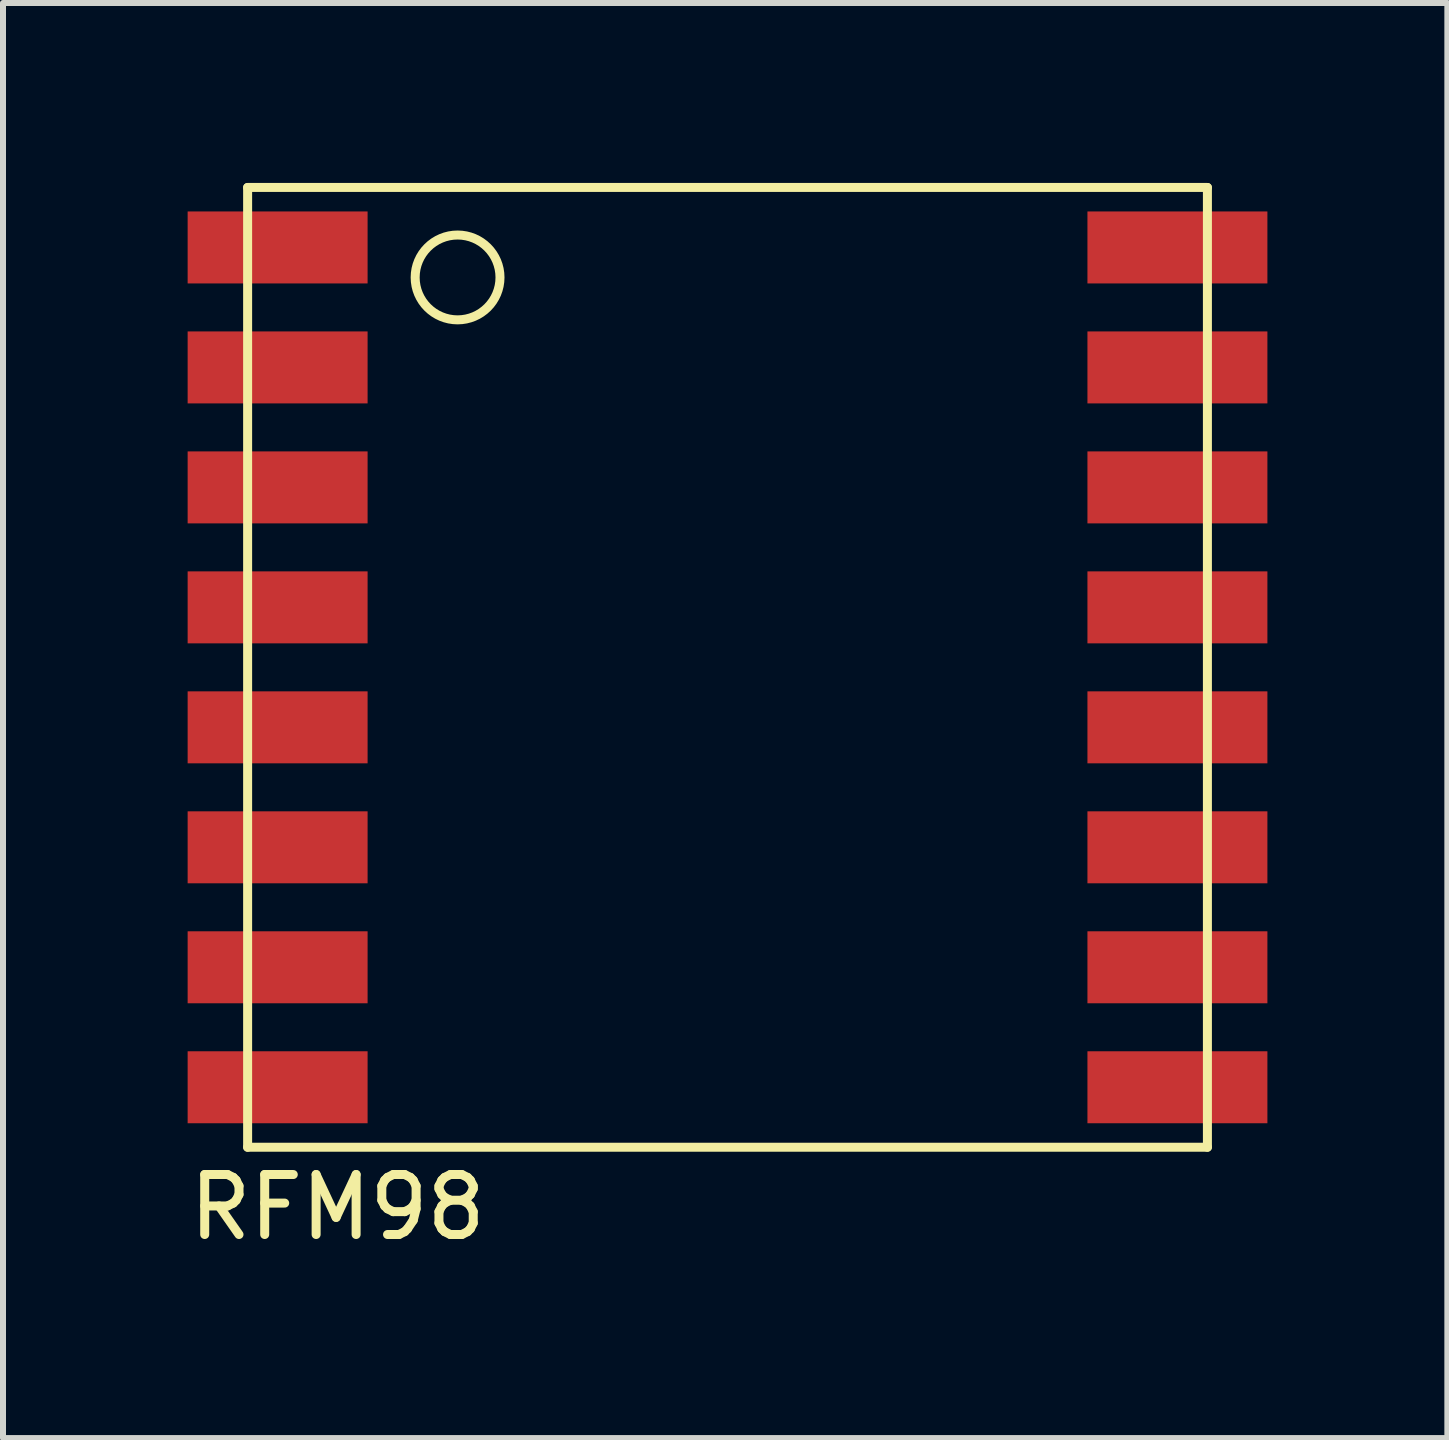
<source format=kicad_pcb>
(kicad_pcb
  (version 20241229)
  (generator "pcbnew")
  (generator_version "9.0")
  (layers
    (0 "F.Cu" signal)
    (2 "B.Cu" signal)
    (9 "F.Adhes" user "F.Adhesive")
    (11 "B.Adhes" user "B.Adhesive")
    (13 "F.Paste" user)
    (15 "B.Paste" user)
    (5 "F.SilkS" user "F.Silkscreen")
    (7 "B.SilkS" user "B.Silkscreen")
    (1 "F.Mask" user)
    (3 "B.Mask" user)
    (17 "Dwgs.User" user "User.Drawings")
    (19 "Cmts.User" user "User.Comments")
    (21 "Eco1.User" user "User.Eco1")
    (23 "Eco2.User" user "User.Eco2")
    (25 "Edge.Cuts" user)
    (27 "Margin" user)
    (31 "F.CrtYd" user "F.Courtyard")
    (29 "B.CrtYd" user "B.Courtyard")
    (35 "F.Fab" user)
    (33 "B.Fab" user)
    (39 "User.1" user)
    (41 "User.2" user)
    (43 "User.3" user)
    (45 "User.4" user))
  (footprint "RFM98"
    (layer "F.Cu")
    (at 9.078 8.075)
    (property "Reference" "RFM98" (at -6.501 9 0) (layer "F.SilkS") (effects (font (size 1 1) (thickness 0.15))))
    (attr smd)
    (fp_line (start -8 -8) (end -8 8) (stroke (width 0.15) (type solid)) (layer "F.SilkS"))
    (fp_line (start -8 -8) (end 8 -8) (stroke (width 0.15) (type solid)) (layer "F.SilkS"))
    (fp_line (start 8 -8) (end 8 8) (stroke (width 0.15) (type solid)) (layer "F.SilkS"))
    (fp_line (start 8 8) (end -8 8) (stroke (width 0.15) (type solid)) (layer "F.SilkS"))
    (fp_circle (center -4.5 -6.5) (end -4 -6) (stroke (width 0.15) (type solid)) (fill no) (layer "F.SilkS"))
    (pad "1" smd rect (at -7.5 -7) (size 3 1.2) (layers "F.Cu" "F.Mask" "F.Paste"))
    (pad "2" smd rect (at -7.5 -5) (size 3 1.2) (layers "F.Cu" "F.Mask" "F.Paste"))
    (pad "3" smd rect (at -7.5 -3) (size 3 1.2) (layers "F.Cu" "F.Mask" "F.Paste"))
    (pad "4" smd rect (at -7.5 -1) (size 3 1.2) (layers "F.Cu" "F.Mask" "F.Paste"))
    (pad "5" smd rect (at -7.5 1) (size 3 1.2) (layers "F.Cu" "F.Mask" "F.Paste"))
    (pad "6" smd rect (at -7.5 3) (size 3 1.2) (layers "F.Cu" "F.Mask" "F.Paste"))
    (pad "7" smd rect (at -7.5 5) (size 3 1.2) (layers "F.Cu" "F.Mask" "F.Paste"))
    (pad "8" smd rect (at -7.5 7) (size 3 1.2) (layers "F.Cu" "F.Mask" "F.Paste"))
    (pad "9" smd rect (at 9 7) (size 3 1.2) (drill (offset -1.5 0)) (layers "F.Cu" "F.Mask" "F.Paste"))
    (pad "10" smd rect (at 7.5 5) (size 3 1.2) (layers "F.Cu" "F.Mask" "F.Paste"))
    (pad "11" smd rect (at 7.5 3) (size 3 1.2) (layers "F.Cu" "F.Mask" "F.Paste"))
    (pad "12" smd rect (at 7.5 1) (size 3 1.2) (layers "F.Cu" "F.Mask" "F.Paste"))
    (pad "13" smd rect (at 7.5 -1) (size 3 1.2) (layers "F.Cu" "F.Mask" "F.Paste"))
    (pad "14" smd rect (at 7.5 -3) (size 3 1.2) (layers "F.Cu" "F.Mask" "F.Paste"))
    (pad "15" smd rect (at 7.5 -5) (size 3 1.2) (layers "F.Cu" "F.Mask" "F.Paste"))
    (pad "16" smd rect (at 7.5 -7) (size 3 1.2) (layers "F.Cu" "F.Mask" "F.Paste")))
  (gr_rect
    (start -3 -3)
    (end 21.078 20.923)
    (stroke (width 0.1) (type default))
    (fill no)
    (layer "Edge.Cuts")))
</source>
